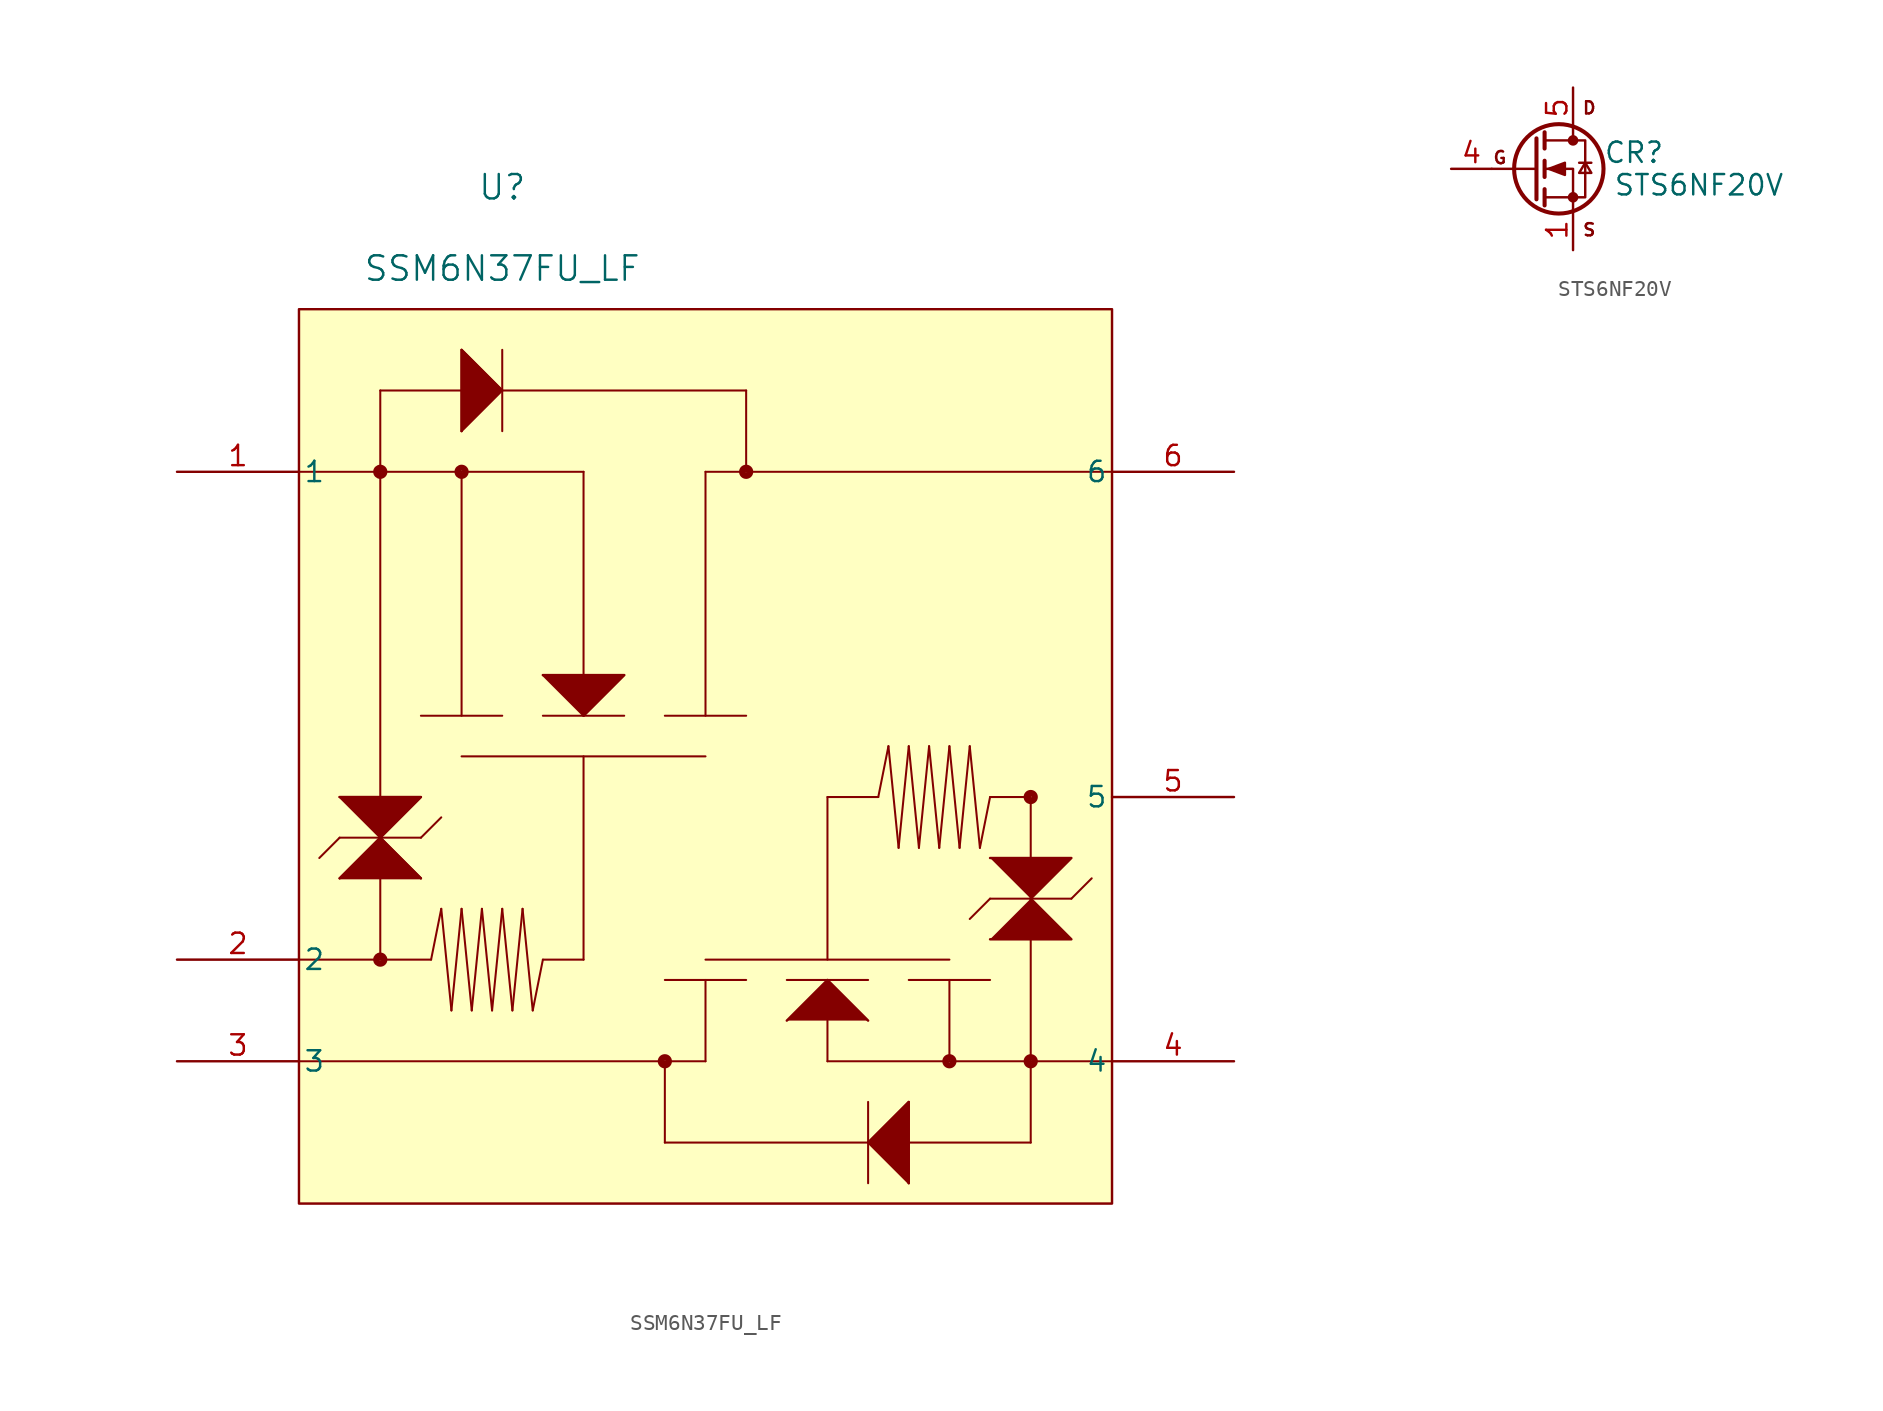
<source format=kicad_sym>
(kicad_symbol_lib
  (version 20241209)
  (generator "kicad_symbol_editor")
  (generator_version "9.0")
  (symbol "SSM6N37FU_LF"
    (pin_names
      (offset 0.254))
    (property "Reference" "U"
      (at 20.32 17.78 0)
      (effects (font (size 1.524 1.524))))
    (property "Value" "SSM6N37FU_LF"
      (at 20.32 12.7 0)
      (effects (font (size 1.524 1.524))))
    (symbol "SSM6N37FU_LF_0_1"
      (polyline (pts (xy 7.62 0) (xy 25.4 0)) (stroke (width 0.127) (type default)) (fill (type none)))
      (polyline (pts (xy 7.62 -30.48) (xy 15.875 -30.48)) (stroke (width 0.127) (type default)) (fill (type none)))
      (polyline (pts (xy 7.62 -36.83) (xy 33.02 -36.83)) (stroke (width 0.127) (type default)) (fill (type none)))
      (polyline (pts (xy 10.16 -20.32) (xy 12.7 -22.86)) (stroke (width 0.127) (type default)) (fill (type none)))
      (polyline (pts (xy 10.16 -20.32) (xy 15.24 -20.32)) (stroke (width 0.127) (type default)) (fill (type none)))
      (polyline (pts (xy 10.16 -20.32) (xy 15.24 -20.32) (xy 12.7 -22.86)) (stroke (width 0) (type default)) (fill (type outline)))
      (polyline (pts (xy 10.16 -22.86) (xy 8.89 -24.13)) (stroke (width 0.127) (type default)) (fill (type none)))
      (polyline (pts (xy 10.16 -22.86) (xy 15.24 -22.86)) (stroke (width 0.127) (type default)) (fill (type none)))
      (polyline (pts (xy 10.16 -25.4) (xy 12.7 -22.86)) (stroke (width 0.127) (type default)) (fill (type none)))
      (polyline (pts (xy 10.16 -25.4) (xy 15.24 -25.4)) (stroke (width 0.127) (type default)) (fill (type none)))
      (polyline (pts (xy 10.16 -25.4) (xy 12.7 -22.86) (xy 15.24 -25.4)) (stroke (width 0) (type default)) (fill (type outline)))
      (polyline (pts (xy 12.7 5.08) (xy 35.56 5.08)) (stroke (width 0.127) (type default)) (fill (type none)))
      (circle (center 12.7 0) (radius 0.254) (stroke (width 0.381) (type default)) (fill (type none)))
      (polyline (pts (xy 12.7 -22.86) (xy 15.24 -20.32)) (stroke (width 0.127) (type default)) (fill (type none)))
      (polyline (pts (xy 12.7 -30.48) (xy 12.7 5.08)) (stroke (width 0.127) (type default)) (fill (type none)))
      (circle (center 12.7 -30.48) (radius 0.254) (stroke (width 0.381) (type default)) (fill (type none)))
      (polyline (pts (xy 15.24 -15.24) (xy 20.32 -15.24)) (stroke (width 0.127) (type default)) (fill (type none)))
      (polyline (pts (xy 15.24 -22.86) (xy 16.51 -21.59)) (stroke (width 0.127) (type default)) (fill (type none)))
      (polyline (pts (xy 15.24 -25.4) (xy 12.7 -22.86)) (stroke (width 0.127) (type default)) (fill (type none)))
      (polyline (pts (xy 16.51 -27.305) (xy 15.875 -30.48)) (stroke (width 0.127) (type default)) (fill (type none)))
      (polyline (pts (xy 17.145 -33.655) (xy 16.51 -27.305)) (stroke (width 0.127) (type default)) (fill (type none)))
      (polyline (pts (xy 17.78 7.62) (xy 17.78 2.54)) (stroke (width 0.127) (type default)) (fill (type none)))
      (polyline (pts (xy 17.78 7.62) (xy 20.32 5.08)) (stroke (width 0.127) (type default)) (fill (type none)))
      (polyline (pts (xy 17.78 2.54) (xy 20.32 5.08)) (stroke (width 0.127) (type default)) (fill (type none)))
      (polyline (pts (xy 17.78 2.54) (xy 17.78 7.62) (xy 20.32 5.08)) (stroke (width 0) (type default)) (fill (type outline)))
      (circle (center 17.78 0) (radius 0.254) (stroke (width 0.381) (type default)) (fill (type none)))
      (polyline (pts (xy 17.78 -15.24) (xy 17.78 0)) (stroke (width 0.127) (type default)) (fill (type none)))
      (polyline (pts (xy 17.78 -17.78) (xy 33.02 -17.78)) (stroke (width 0.127) (type default)) (fill (type none)))
      (polyline (pts (xy 17.78 -27.305) (xy 17.145 -33.655)) (stroke (width 0.127) (type default)) (fill (type none)))
      (polyline (pts (xy 18.415 -33.655) (xy 17.78 -27.305)) (stroke (width 0.127) (type default)) (fill (type none)))
      (polyline (pts (xy 19.05 -27.305) (xy 18.415 -33.655)) (stroke (width 0.127) (type default)) (fill (type none)))
      (polyline (pts (xy 19.685 -33.655) (xy 19.05 -27.305)) (stroke (width 0.127) (type default)) (fill (type none)))
      (polyline (pts (xy 20.32 7.62) (xy 20.32 2.54)) (stroke (width 0.127) (type default)) (fill (type none)))
      (polyline (pts (xy 20.32 -27.305) (xy 19.685 -33.655)) (stroke (width 0.127) (type default)) (fill (type none)))
      (polyline (pts (xy 20.955 -33.655) (xy 20.32 -27.305)) (stroke (width 0.127) (type default)) (fill (type none)))
      (polyline (pts (xy 21.59 -27.305) (xy 20.955 -33.655)) (stroke (width 0.127) (type default)) (fill (type none)))
      (polyline (pts (xy 22.225 -33.655) (xy 21.59 -27.305)) (stroke (width 0.127) (type default)) (fill (type none)))
      (polyline (pts (xy 22.86 -12.7) (xy 27.94 -12.7)) (stroke (width 0.127) (type default)) (fill (type none)))
      (polyline (pts (xy 22.86 -12.7) (xy 27.94 -12.7) (xy 25.4 -15.24)) (stroke (width 0) (type default)) (fill (type outline)))
      (polyline (pts (xy 22.86 -15.24) (xy 27.94 -15.24)) (stroke (width 0.127) (type default)) (fill (type none)))
      (polyline (pts (xy 22.86 -30.48) (xy 22.225 -33.655)) (stroke (width 0.127) (type default)) (fill (type none)))
      (polyline (pts (xy 22.86 -30.48) (xy 25.4 -30.48)) (stroke (width 0.127) (type default)) (fill (type none)))
      (polyline (pts (xy 25.4 -15.24) (xy 22.86 -12.7)) (stroke (width 0.127) (type default)) (fill (type none)))
      (polyline (pts (xy 25.4 -15.24) (xy 25.4 0)) (stroke (width 0.127) (type default)) (fill (type none)))
      (polyline (pts (xy 25.4 -15.24) (xy 27.94 -12.7)) (stroke (width 0.127) (type default)) (fill (type none)))
      (polyline (pts (xy 25.4 -30.48) (xy 25.4 -17.78)) (stroke (width 0.127) (type default)) (fill (type none)))
      (polyline (pts (xy 30.48 -15.24) (xy 35.56 -15.24)) (stroke (width 0.127) (type default)) (fill (type none)))
      (circle (center 30.48 -36.83) (radius 0.254) (stroke (width 0.381) (type default)) (fill (type none)))
      (polyline (pts (xy 30.48 -41.91) (xy 30.48 -36.83)) (stroke (width 0.127) (type default)) (fill (type none)))
      (polyline (pts (xy 33.02 0) (xy 33.02 -15.24)) (stroke (width 0.127) (type default)) (fill (type none)))
      (polyline (pts (xy 33.02 -36.83) (xy 33.02 -31.75)) (stroke (width 0.127) (type default)) (fill (type none)))
      (polyline (pts (xy 35.56 5.08) (xy 35.56 0)) (stroke (width 0.127) (type default)) (fill (type none)))
      (circle (center 35.56 0) (radius 0.254) (stroke (width 0.381) (type default)) (fill (type none)))
      (polyline (pts (xy 35.56 -31.75) (xy 30.48 -31.75)) (stroke (width 0.127) (type default)) (fill (type none)))
      (polyline (pts (xy 38.1 -34.29) (xy 40.64 -31.75) (xy 43.18 -34.29)) (stroke (width 0) (type default)) (fill (type outline)))
      (polyline (pts (xy 40.64 -20.32) (xy 40.64 -30.48)) (stroke (width 0.127) (type default)) (fill (type none)))
      (polyline (pts (xy 40.64 -20.32) (xy 43.815 -20.32)) (stroke (width 0.127) (type default)) (fill (type none)))
      (polyline (pts (xy 40.64 -34.29) (xy 40.64 -36.83)) (stroke (width 0.127) (type default)) (fill (type none)))
      (polyline (pts (xy 43.18 -31.75) (xy 38.1 -31.75)) (stroke (width 0.127) (type default)) (fill (type none)))
      (polyline (pts (xy 43.18 -39.37) (xy 43.18 -44.45)) (stroke (width 0.127) (type default)) (fill (type none)))
      (polyline (pts (xy 43.18 -41.91) (xy 45.72 -39.37) (xy 45.72 -44.45)) (stroke (width 0) (type default)) (fill (type outline)))
      (polyline (pts (xy 44.45 -17.145) (xy 43.815 -20.32)) (stroke (width 0.127) (type default)) (fill (type none)))
      (polyline (pts (xy 45.085 -23.495) (xy 44.45 -17.145)) (stroke (width 0.127) (type default)) (fill (type none)))
      (polyline (pts (xy 45.72 -17.145) (xy 45.085 -23.495)) (stroke (width 0.127) (type default)) (fill (type none)))
      (polyline (pts (xy 45.72 -39.37) (xy 43.18 -41.91)) (stroke (width 0.127) (type default)) (fill (type none)))
      (polyline (pts (xy 45.72 -39.37) (xy 45.72 -44.45)) (stroke (width 0.127) (type default)) (fill (type none)))
      (polyline (pts (xy 45.72 -44.45) (xy 43.18 -41.91)) (stroke (width 0.127) (type default)) (fill (type none)))
      (polyline (pts (xy 46.355 -23.495) (xy 45.72 -17.145)) (stroke (width 0.127) (type default)) (fill (type none)))
      (polyline (pts (xy 46.99 -17.145) (xy 46.355 -23.495)) (stroke (width 0.127) (type default)) (fill (type none)))
      (polyline (pts (xy 47.625 -23.495) (xy 46.99 -17.145)) (stroke (width 0.127) (type default)) (fill (type none)))
      (polyline (pts (xy 48.26 -17.145) (xy 47.625 -23.495)) (stroke (width 0.127) (type default)) (fill (type none)))
      (polyline (pts (xy 48.26 -30.48) (xy 33.02 -30.48)) (stroke (width 0.127) (type default)) (fill (type none)))
      (polyline (pts (xy 48.26 -31.75) (xy 48.26 -36.83)) (stroke (width 0.127) (type default)) (fill (type none)))
      (circle (center 48.26 -36.83) (radius 0.254) (stroke (width 0.381) (type default)) (fill (type none)))
      (polyline (pts (xy 48.895 -23.495) (xy 48.26 -17.145)) (stroke (width 0.127) (type default)) (fill (type none)))
      (polyline (pts (xy 49.53 -17.145) (xy 48.895 -23.495)) (stroke (width 0.127) (type default)) (fill (type none)))
      (polyline (pts (xy 50.165 -23.495) (xy 49.53 -17.145)) (stroke (width 0.127) (type default)) (fill (type none)))
      (polyline (pts (xy 50.8 -20.32) (xy 50.165 -23.495)) (stroke (width 0.127) (type default)) (fill (type none)))
      (polyline (pts (xy 50.8 -20.32) (xy 53.34 -20.32)) (stroke (width 0.127) (type default)) (fill (type none)))
      (polyline (pts (xy 50.8 -24.13) (xy 55.88 -24.13) (xy 53.34 -26.67)) (stroke (width 0) (type default)) (fill (type outline)))
      (polyline (pts (xy 50.8 -26.67) (xy 49.53 -27.94)) (stroke (width 0.127) (type default)) (fill (type none)))
      (polyline (pts (xy 50.8 -29.21) (xy 55.88 -29.21) (xy 53.34 -26.67)) (stroke (width 0) (type default)) (fill (type outline)))
      (polyline (pts (xy 50.8 -31.75) (xy 45.72 -31.75)) (stroke (width 0.127) (type default)) (fill (type none)))
      (polyline (pts (xy 53.34 -20.32) (xy 53.34 -41.91)) (stroke (width 0.127) (type default)) (fill (type none)))
      (circle (center 53.34 -20.32) (radius 0.254) (stroke (width 0.381) (type default)) (fill (type none)))
      (circle (center 53.34 -36.83) (radius 0.254) (stroke (width 0.381) (type default)) (fill (type none)))
      (polyline (pts (xy 53.34 -41.91) (xy 30.48 -41.91)) (stroke (width 0.127) (type default)) (fill (type none)))
      (polyline (pts (xy 55.88 -26.67) (xy 50.8 -26.67)) (stroke (width 0.127) (type default)) (fill (type none)))
      (polyline (pts (xy 55.88 -26.67) (xy 57.15 -25.4)) (stroke (width 0.127) (type default)) (fill (type none)))
      (polyline (pts (xy 58.42 0) (xy 33.02 0)) (stroke (width 0.127) (type default)) (fill (type none)))
      (polyline (pts (xy 58.42 -36.83) (xy 40.64 -36.83)) (stroke (width 0.127) (type default)) (fill (type none)))
      (pin unspecified line (at 0 0 0) (length 7.62) (name "1" (effects (font (size 1.27 1.27)))) (number "1" (effects (font (size 1.27 1.27)))))
      (pin unspecified line (at 0 -30.48 0) (length 7.62) (name "2" (effects (font (size 1.27 1.27)))) (number "2" (effects (font (size 1.27 1.27)))))
      (pin unspecified line (at 0 -36.83 0) (length 7.62) (name "3" (effects (font (size 1.27 1.27)))) (number "3" (effects (font (size 1.27 1.27)))))
      (pin unspecified line (at 66.04 0 180) (length 7.62) (name "6" (effects (font (size 1.27 1.27)))) (number "6" (effects (font (size 1.27 1.27)))))
      (pin unspecified line (at 66.04 -20.32 180) (length 7.62) (name "5" (effects (font (size 1.27 1.27)))) (number "5" (effects (font (size 1.27 1.27)))))
      (pin unspecified line (at 66.04 -36.83 180) (length 7.62) (name "4" (effects (font (size 1.27 1.27)))) (number "4" (effects (font (size 1.27 1.27))))))
    (symbol "SSM6N37FU_LF_1_1"
      (rectangle (start 7.62 10.16) (end 58.42 -45.72) (stroke (width 0) (type default)) (fill (type background)))))
  (symbol "STS6NF20V"
    (pin_names
      (offset 0.254))
    (property "Reference" "CR"
      (at 6.35 1.016 0)
      (effects (font (size 1.27 1.27))))
    (property "Value" "STS6NF20V"
      (at 10.414 -1.016 0)
      (effects (font (size 1.27 1.27))))
    (symbol "STS6NF20V_0_1"
      (polyline (pts (xy 0.254 1.905) (xy 0.254 -1.905)) (stroke (width 0.254) (type default)) (fill (type none)))
      (polyline (pts (xy 0.254 0) (xy -2.54 0)) (stroke (width 0) (type default)) (fill (type none)))
      (polyline (pts (xy 0.762 2.286) (xy 0.762 1.27)) (stroke (width 0.254) (type default)) (fill (type none)))
      (polyline (pts (xy 0.762 0.508) (xy 0.762 -0.508)) (stroke (width 0.254) (type default)) (fill (type none)))
      (polyline (pts (xy 0.762 -1.27) (xy 0.762 -2.286)) (stroke (width 0.254) (type default)) (fill (type none)))
      (polyline (pts (xy 0.762 -1.778) (xy 3.302 -1.778) (xy 3.302 1.778) (xy 0.762 1.778)) (stroke (width 0) (type default)) (fill (type none)))
      (polyline (pts (xy 1.016 0) (xy 2.032 0.381) (xy 2.032 -0.381) (xy 1.016 0)) (stroke (width 0) (type default)) (fill (type outline)))
      (circle (center 1.651 0) (radius 2.794) (stroke (width 0.254) (type default)) (fill (type none)))
      (polyline (pts (xy 2.54 2.54) (xy 2.54 1.778)) (stroke (width 0) (type default)) (fill (type none)))
      (circle (center 2.54 1.778) (radius 0.254) (stroke (width 0) (type default)) (fill (type outline)))
      (circle (center 2.54 -1.778) (radius 0.254) (stroke (width 0) (type default)) (fill (type outline)))
      (polyline (pts (xy 2.54 -2.54) (xy 2.54 0) (xy 0.762 0)) (stroke (width 0) (type default)) (fill (type none)))
      (polyline (pts (xy 2.921 0.381) (xy 3.683 0.381)) (stroke (width 0) (type default)) (fill (type none)))
      (polyline (pts (xy 3.302 0.381) (xy 2.921 -0.254) (xy 3.683 -0.254) (xy 3.302 0.381)) (stroke (width 0) (type default)) (fill (type none)))
      (pin unspecified line (at 2.54 5.08 270) (length 2.54) (name "D" (effects (font (size 0 0)))) (number "5" (effects (font (size 1.27 1.27)))))
      (pin unspecified line (at 2.54 5.08 270) (length 2.54) (hide yes) (name "D" (effects (font (size 0 0)))) (number "6" (effects (font (size 1.27 1.27)))))
      (pin unspecified line (at 2.54 5.08 270) (length 2.54) (hide yes) (name "D" (effects (font (size 0 0)))) (number "7" (effects (font (size 1.27 1.27)))))
      (pin unspecified line (at 2.54 5.08 270) (length 2.54) (hide yes) (name "D" (effects (font (size 0 0)))) (number "8" (effects (font (size 1.27 1.27)))))
      (pin unspecified line (at 2.54 -5.08 90) (length 2.54) (name "S" (effects (font (size 0 0)))) (number "1" (effects (font (size 1.27 1.27)))))
      (pin unspecified line (at 2.54 -5.08 90) (length 2.54) (hide yes) (name "S" (effects (font (size 0 0)))) (number "2" (effects (font (size 1.27 1.27)))))
      (pin unspecified line (at 2.54 -5.08 90) (length 2.54) (hide yes) (name "S" (effects (font (size 0 0)))) (number "3" (effects (font (size 1.27 1.27))))))
    (symbol "STS6NF20V_1_1"
      (text "G" (at -2.032 0.254 0) (effects (font (size 0.762 0.762)) (justify bottom)))
      (text "D" (at 3.556 3.81 0) (effects (font (size 0.762 0.762))))
      (text "S" (at 3.556 -3.81 0) (effects (font (size 0.762 0.762))))
      (pin unspecified line (at -5.08 0 0) (length 2.54) (name "G" (effects (font (size 0 0)))) (number "4" (effects (font (size 1.27 1.27))))))))
</source>
